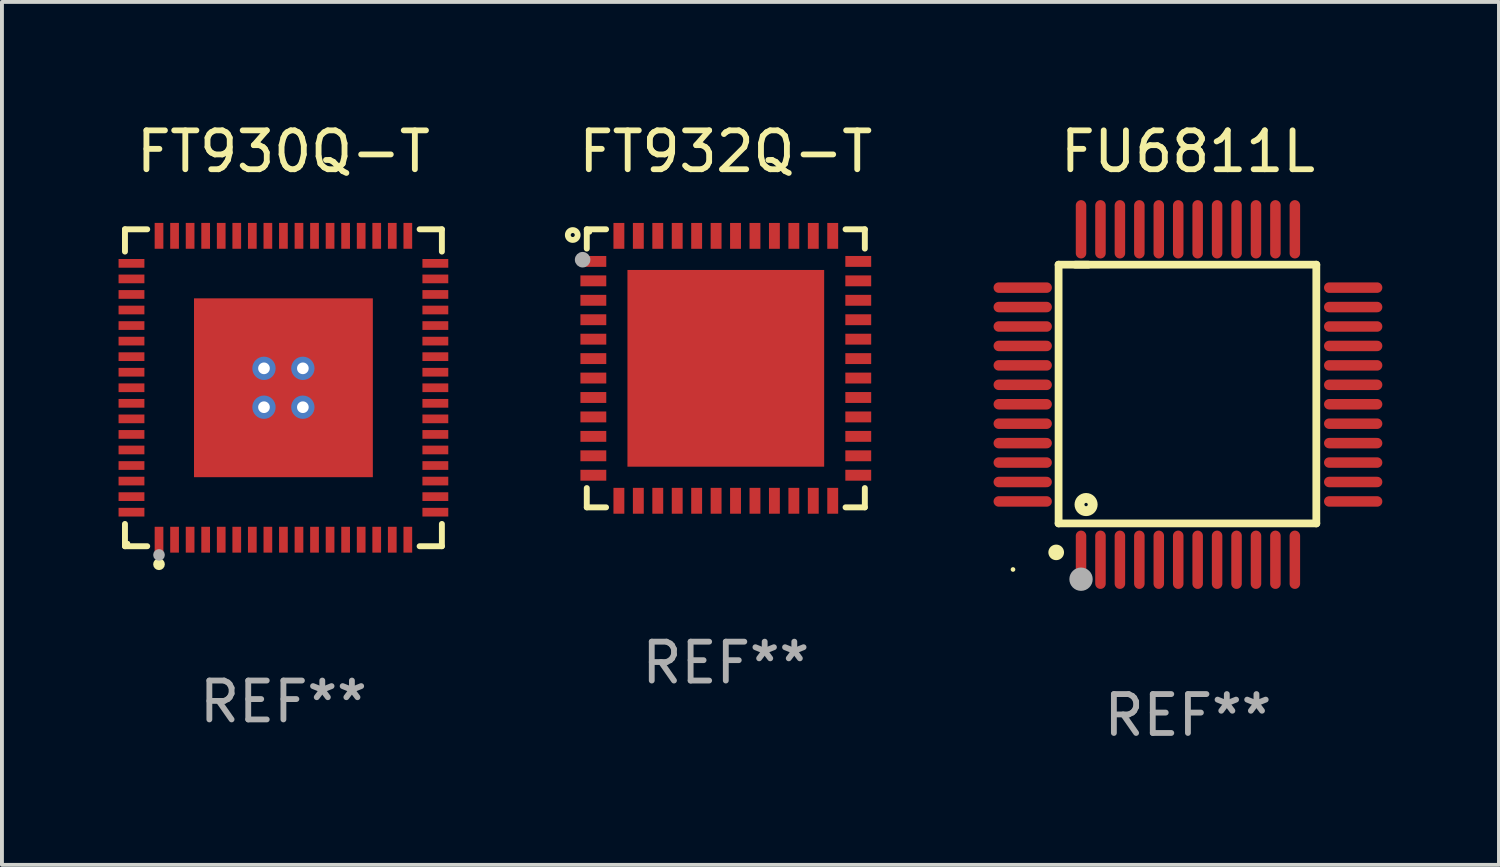
<source format=kicad_pcb>
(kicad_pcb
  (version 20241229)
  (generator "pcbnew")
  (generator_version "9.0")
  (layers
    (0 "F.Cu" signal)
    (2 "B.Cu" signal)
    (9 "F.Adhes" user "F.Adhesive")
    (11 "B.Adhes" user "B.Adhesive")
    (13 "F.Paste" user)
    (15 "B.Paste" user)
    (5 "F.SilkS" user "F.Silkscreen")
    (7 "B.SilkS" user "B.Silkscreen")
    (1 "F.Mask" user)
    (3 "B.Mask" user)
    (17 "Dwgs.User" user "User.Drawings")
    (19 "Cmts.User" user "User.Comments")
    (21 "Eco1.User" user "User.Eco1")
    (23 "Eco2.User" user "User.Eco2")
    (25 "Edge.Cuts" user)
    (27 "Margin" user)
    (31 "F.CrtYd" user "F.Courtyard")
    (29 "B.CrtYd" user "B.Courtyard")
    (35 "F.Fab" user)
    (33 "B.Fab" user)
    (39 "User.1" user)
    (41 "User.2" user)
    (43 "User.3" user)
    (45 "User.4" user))
  (footprint "FT930Q-T"
    (layer "F.Cu")
    (at 4.24 6.924)
    (property "Reference" "FT930Q-T" (at 0 -6.076 0) (layer "F.SilkS") (effects (font (size 1 1) (thickness 0.15))))
    (attr through_hole)
    (fp_line (start -4.076 -4.076) (end -3.503 -4.076) (stroke (width 0.152) (type solid)) (layer "F.SilkS"))
    (fp_line (start -4.076 -3.503) (end -4.076 -4.076) (stroke (width 0.152) (type solid)) (layer "F.SilkS"))
    (fp_line (start -4.076 3.503) (end -4.076 4.076) (stroke (width 0.152) (type solid)) (layer "F.SilkS"))
    (fp_line (start -4.076 4.076) (end -3.503 4.076) (stroke (width 0.152) (type solid)) (layer "F.SilkS"))
    (fp_line (start 4.076 -4.076) (end 3.503 -4.076) (stroke (width 0.152) (type solid)) (layer "F.SilkS"))
    (fp_line (start 4.076 -3.503) (end 4.076 -4.076) (stroke (width 0.152) (type solid)) (layer "F.SilkS"))
    (fp_line (start 4.076 3.503) (end 4.076 4.076) (stroke (width 0.152) (type solid)) (layer "F.SilkS"))
    (fp_line (start 4.076 4.076) (end 3.503 4.076) (stroke (width 0.152) (type solid)) (layer "F.SilkS"))
    (fp_circle (center -4 4) (end -3.97 4) (stroke (width 0.06) (type solid)) (fill no) (layer "F.SilkS"))
    (fp_circle (center -3.2 4.54) (end -3.125 4.54) (stroke (width 0.15) (type solid)) (fill no) (layer "F.SilkS"))
    (fp_circle (center -3.2 4.3) (end -3.125 4.3) (stroke (width 0.15) (type solid)) (fill no) (layer "F.Fab"))
    (fp_text user "REF**" (at 0 8.076 0) (layer "F.Fab") (effects (font (size 1 1) (thickness 0.15))))
    (pad "1" smd rect (at -3.2 3.908) (size 0.224 0.665) (layers "F.Cu" "F.Mask" "F.Paste"))
    (pad "2" smd rect (at -2.8 3.908) (size 0.224 0.665) (layers "F.Cu" "F.Mask" "F.Paste"))
    (pad "3" smd rect (at -2.4 3.908) (size 0.224 0.665) (layers "F.Cu" "F.Mask" "F.Paste"))
    (pad "4" smd rect (at -2 3.908) (size 0.224 0.665) (layers "F.Cu" "F.Mask" "F.Paste"))
    (pad "5" smd rect (at -1.6 3.908) (size 0.224 0.665) (layers "F.Cu" "F.Mask" "F.Paste"))
    (pad "6" smd rect (at -1.2 3.908) (size 0.224 0.665) (layers "F.Cu" "F.Mask" "F.Paste"))
    (pad "7" smd rect (at -0.8 3.908) (size 0.224 0.665) (layers "F.Cu" "F.Mask" "F.Paste"))
    (pad "8" smd rect (at -0.4 3.908) (size 0.224 0.665) (layers "F.Cu" "F.Mask" "F.Paste"))
    (pad "9" smd rect (at 0 3.908) (size 0.224 0.665) (layers "F.Cu" "F.Mask" "F.Paste"))
    (pad "10" smd rect (at 0.4 3.908) (size 0.224 0.665) (layers "F.Cu" "F.Mask" "F.Paste"))
    (pad "11" smd rect (at 0.8 3.908) (size 0.224 0.665) (layers "F.Cu" "F.Mask" "F.Paste"))
    (pad "12" smd rect (at 1.2 3.908) (size 0.224 0.665) (layers "F.Cu" "F.Mask" "F.Paste"))
    (pad "13" smd rect (at 1.6 3.908) (size 0.224 0.665) (layers "F.Cu" "F.Mask" "F.Paste"))
    (pad "14" smd rect (at 2 3.908) (size 0.224 0.665) (layers "F.Cu" "F.Mask" "F.Paste"))
    (pad "15" smd rect (at 2.4 3.908) (size 0.224 0.665) (layers "F.Cu" "F.Mask" "F.Paste"))
    (pad "16" smd rect (at 2.8 3.908) (size 0.224 0.665) (layers "F.Cu" "F.Mask" "F.Paste"))
    (pad "17" smd rect (at 3.2 3.908) (size 0.224 0.665) (layers "F.Cu" "F.Mask" "F.Paste"))
    (pad "18" smd rect (at 3.908 3.2) (size 0.665 0.224) (layers "F.Cu" "F.Mask" "F.Paste"))
    (pad "19" smd rect (at 3.908 2.8) (size 0.665 0.224) (layers "F.Cu" "F.Mask" "F.Paste"))
    (pad "20" smd rect (at 3.908 2.4) (size 0.665 0.224) (layers "F.Cu" "F.Mask" "F.Paste"))
    (pad "21" smd rect (at 3.908 2) (size 0.665 0.224) (layers "F.Cu" "F.Mask" "F.Paste"))
    (pad "22" smd rect (at 3.908 1.6) (size 0.665 0.224) (layers "F.Cu" "F.Mask" "F.Paste"))
    (pad "23" smd rect (at 3.908 1.2) (size 0.665 0.224) (layers "F.Cu" "F.Mask" "F.Paste"))
    (pad "24" smd rect (at 3.908 0.8) (size 0.665 0.224) (layers "F.Cu" "F.Mask" "F.Paste"))
    (pad "25" smd rect (at 3.908 0.4) (size 0.665 0.224) (layers "F.Cu" "F.Mask" "F.Paste"))
    (pad "26" smd rect (at 3.908 0) (size 0.665 0.224) (layers "F.Cu" "F.Mask" "F.Paste"))
    (pad "27" smd rect (at 3.908 -0.4) (size 0.665 0.224) (layers "F.Cu" "F.Mask" "F.Paste"))
    (pad "28" smd rect (at 3.908 -0.8) (size 0.665 0.224) (layers "F.Cu" "F.Mask" "F.Paste"))
    (pad "29" smd rect (at 3.908 -1.2) (size 0.665 0.224) (layers "F.Cu" "F.Mask" "F.Paste"))
    (pad "30" smd rect (at 3.908 -1.6) (size 0.665 0.224) (layers "F.Cu" "F.Mask" "F.Paste"))
    (pad "31" smd rect (at 3.908 -2) (size 0.665 0.224) (layers "F.Cu" "F.Mask" "F.Paste"))
    (pad "32" smd rect (at 3.908 -2.4) (size 0.665 0.224) (layers "F.Cu" "F.Mask" "F.Paste"))
    (pad "33" smd rect (at 3.908 -2.8) (size 0.665 0.224) (layers "F.Cu" "F.Mask" "F.Paste"))
    (pad "34" smd rect (at 3.908 -3.2) (size 0.665 0.224) (layers "F.Cu" "F.Mask" "F.Paste"))
    (pad "35" smd rect (at 3.2 -3.908) (size 0.224 0.665) (layers "F.Cu" "F.Mask" "F.Paste"))
    (pad "36" smd rect (at 2.8 -3.908) (size 0.224 0.665) (layers "F.Cu" "F.Mask" "F.Paste"))
    (pad "37" smd rect (at 2.4 -3.908) (size 0.224 0.665) (layers "F.Cu" "F.Mask" "F.Paste"))
    (pad "38" smd rect (at 2 -3.908) (size 0.224 0.665) (layers "F.Cu" "F.Mask" "F.Paste"))
    (pad "39" smd rect (at 1.6 -3.908) (size 0.224 0.665) (layers "F.Cu" "F.Mask" "F.Paste"))
    (pad "40" smd rect (at 1.2 -3.908) (size 0.224 0.665) (layers "F.Cu" "F.Mask" "F.Paste"))
    (pad "41" smd rect (at 0.8 -3.908) (size 0.224 0.665) (layers "F.Cu" "F.Mask" "F.Paste"))
    (pad "42" smd rect (at 0.4 -3.908) (size 0.224 0.665) (layers "F.Cu" "F.Mask" "F.Paste"))
    (pad "43" smd rect (at 0 -3.908) (size 0.224 0.665) (layers "F.Cu" "F.Mask" "F.Paste"))
    (pad "44" smd rect (at -0.4 -3.908) (size 0.224 0.665) (layers "F.Cu" "F.Mask" "F.Paste"))
    (pad "45" smd rect (at -0.8 -3.908) (size 0.224 0.665) (layers "F.Cu" "F.Mask" "F.Paste"))
    (pad "46" smd rect (at -1.2 -3.908) (size 0.224 0.665) (layers "F.Cu" "F.Mask" "F.Paste"))
    (pad "47" smd rect (at -1.6 -3.908) (size 0.224 0.665) (layers "F.Cu" "F.Mask" "F.Paste"))
    (pad "48" smd rect (at -2 -3.908) (size 0.224 0.665) (layers "F.Cu" "F.Mask" "F.Paste"))
    (pad "49" smd rect (at -2.4 -3.908) (size 0.224 0.665) (layers "F.Cu" "F.Mask" "F.Paste"))
    (pad "50" smd rect (at -2.8 -3.908) (size 0.224 0.665) (layers "F.Cu" "F.Mask" "F.Paste"))
    (pad "51" smd rect (at -3.2 -3.908) (size 0.224 0.665) (layers "F.Cu" "F.Mask" "F.Paste"))
    (pad "52" smd rect (at -3.908 -3.2) (size 0.665 0.224) (layers "F.Cu" "F.Mask" "F.Paste"))
    (pad "53" smd rect (at -3.908 -2.8) (size 0.665 0.224) (layers "F.Cu" "F.Mask" "F.Paste"))
    (pad "54" smd rect (at -3.908 -2.4) (size 0.665 0.224) (layers "F.Cu" "F.Mask" "F.Paste"))
    (pad "55" smd rect (at -3.908 -2) (size 0.665 0.224) (layers "F.Cu" "F.Mask" "F.Paste"))
    (pad "56" smd rect (at -3.908 -1.6) (size 0.665 0.224) (layers "F.Cu" "F.Mask" "F.Paste"))
    (pad "57" smd rect (at -3.908 -1.2) (size 0.665 0.224) (layers "F.Cu" "F.Mask" "F.Paste"))
    (pad "58" smd rect (at -3.908 -0.8) (size 0.665 0.224) (layers "F.Cu" "F.Mask" "F.Paste"))
    (pad "59" smd rect (at -3.908 -0.4) (size 0.665 0.224) (layers "F.Cu" "F.Mask" "F.Paste"))
    (pad "60" smd rect (at -3.908 0) (size 0.665 0.224) (layers "F.Cu" "F.Mask" "F.Paste"))
    (pad "61" smd rect (at -3.908 0.4) (size 0.665 0.224) (layers "F.Cu" "F.Mask" "F.Paste"))
    (pad "62" smd rect (at -3.908 0.8) (size 0.665 0.224) (layers "F.Cu" "F.Mask" "F.Paste"))
    (pad "63" smd rect (at -3.908 1.2) (size 0.665 0.224) (layers "F.Cu" "F.Mask" "F.Paste"))
    (pad "64" smd rect (at -3.908 1.6) (size 0.665 0.224) (layers "F.Cu" "F.Mask" "F.Paste"))
    (pad "65" smd rect (at -3.908 2) (size 0.665 0.224) (layers "F.Cu" "F.Mask" "F.Paste"))
    (pad "66" smd rect (at -3.908 2.4) (size 0.665 0.224) (layers "F.Cu" "F.Mask" "F.Paste"))
    (pad "67" smd rect (at -3.908 2.8) (size 0.665 0.224) (layers "F.Cu" "F.Mask" "F.Paste"))
    (pad "68" smd rect (at -3.908 3.2) (size 0.665 0.224) (layers "F.Cu" "F.Mask" "F.Paste"))
    (pad "69" thru_hole circle (at -0.5 -0.5) (size 0.6 0.6) (drill 0.3) (layers "*.Cu" "*.Mask"))
    (pad "69" thru_hole circle (at -0.5 0.5) (size 0.6 0.6) (drill 0.3) (layers "*.Cu" "*.Mask"))
    (pad "69" smd rect (at 0 0) (size 4.6 4.6) (layers "F.Cu" "F.Mask" "F.Paste"))
    (pad "69" thru_hole circle (at 0.5 -0.5) (size 0.6 0.6) (drill 0.3) (layers "*.Cu" "*.Mask"))
    (pad "69" thru_hole circle (at 0.5 0.5) (size 0.6 0.6) (drill 0.3) (layers "*.Cu" "*.Mask")))
  (footprint "FU6811L"
    (layer "F.Cu")
    (at 27.506 7.098)
    (property "Reference" "FU6811L" (at 0 -6.25 0) (layer "F.SilkS") (effects (font (size 1 1) (thickness 0.15))))
    (attr through_hole)
    (fp_line (start -3.327 -3.34) (end -2.565 -3.34) (stroke (width 0.2) (type solid)) (layer "F.SilkS"))
    (fp_line (start -3.327 3.315) (end -3.327 -3.34) (stroke (width 0.2) (type solid)) (layer "F.SilkS"))
    (fp_line (start -2.896 -3.34) (end 3.302 -3.34) (stroke (width 0.2) (type solid)) (layer "F.SilkS"))
    (fp_line (start 3.302 -3.34) (end 3.302 3.315) (stroke (width 0.2) (type solid)) (layer "F.SilkS"))
    (fp_line (start 3.302 3.315) (end -3.327 3.315) (stroke (width 0.2) (type solid)) (layer "F.SilkS"))
    (fp_arc (start -3.389992 4.059995) (mid -3.388722 4.059991) (end -3.387452 4.059995) (stroke (width 0.4) (type solid)) (layer "F.SilkS"))
    (fp_circle (center -4.5 4.5) (end -4.47 4.5) (stroke (width 0.06) (type solid)) (fill no) (layer "F.SilkS"))
    (fp_circle (center -2.62 2.83) (end -2.45 2.83) (stroke (width 0.254) (type solid)) (fill no) (layer "F.SilkS"))
    (fp_circle (center -2.75 4.75) (end -2.6 4.75) (stroke (width 0.3) (type solid)) (fill no) (layer "F.Fab"))
    (fp_text user "REF**" (at 0 8.25 0) (layer "F.Fab") (effects (font (size 1 1) (thickness 0.15))))
    (pad "1" smd oval (at -2.75 4.25) (size 0.27 1.5) (layers "F.Cu" "F.Mask" "F.Paste"))
    (pad "2" smd oval (at -2.25 4.25) (size 0.27 1.5) (layers "F.Cu" "F.Mask" "F.Paste"))
    (pad "3" smd oval (at -1.75 4.25) (size 0.27 1.5) (layers "F.Cu" "F.Mask" "F.Paste"))
    (pad "4" smd oval (at -1.25 4.25) (size 0.27 1.5) (layers "F.Cu" "F.Mask" "F.Paste"))
    (pad "5" smd oval (at -0.75 4.25) (size 0.27 1.5) (layers "F.Cu" "F.Mask" "F.Paste"))
    (pad "6" smd oval (at -0.25 4.25) (size 0.27 1.5) (layers "F.Cu" "F.Mask" "F.Paste"))
    (pad "7" smd oval (at 0.25 4.25) (size 0.27 1.5) (layers "F.Cu" "F.Mask" "F.Paste"))
    (pad "8" smd oval (at 0.75 4.25) (size 0.27 1.5) (layers "F.Cu" "F.Mask" "F.Paste"))
    (pad "9" smd oval (at 1.25 4.25) (size 0.27 1.5) (layers "F.Cu" "F.Mask" "F.Paste"))
    (pad "10" smd oval (at 1.75 4.25) (size 0.27 1.5) (layers "F.Cu" "F.Mask" "F.Paste"))
    (pad "11" smd oval (at 2.25 4.25) (size 0.27 1.5) (layers "F.Cu" "F.Mask" "F.Paste"))
    (pad "12" smd oval (at 2.75 4.25) (size 0.27 1.5) (layers "F.Cu" "F.Mask" "F.Paste"))
    (pad "13" smd oval (at 4.25 2.75) (size 1.5 0.27) (layers "F.Cu" "F.Mask" "F.Paste"))
    (pad "14" smd oval (at 4.25 2.25) (size 1.5 0.27) (layers "F.Cu" "F.Mask" "F.Paste"))
    (pad "15" smd oval (at 4.25 1.75) (size 1.5 0.27) (layers "F.Cu" "F.Mask" "F.Paste"))
    (pad "16" smd oval (at 4.25 1.25) (size 1.5 0.27) (layers "F.Cu" "F.Mask" "F.Paste"))
    (pad "17" smd oval (at 4.25 0.75) (size 1.5 0.27) (layers "F.Cu" "F.Mask" "F.Paste"))
    (pad "18" smd oval (at 4.25 0.25) (size 1.5 0.27) (layers "F.Cu" "F.Mask" "F.Paste"))
    (pad "19" smd oval (at 4.25 -0.25) (size 1.5 0.27) (layers "F.Cu" "F.Mask" "F.Paste"))
    (pad "20" smd oval (at 4.25 -0.75) (size 1.5 0.27) (layers "F.Cu" "F.Mask" "F.Paste"))
    (pad "21" smd oval (at 4.25 -1.25) (size 1.5 0.27) (layers "F.Cu" "F.Mask" "F.Paste"))
    (pad "22" smd oval (at 4.25 -1.75) (size 1.5 0.27) (layers "F.Cu" "F.Mask" "F.Paste"))
    (pad "23" smd oval (at 4.25 -2.25) (size 1.5 0.27) (layers "F.Cu" "F.Mask" "F.Paste"))
    (pad "24" smd oval (at 4.25 -2.75) (size 1.5 0.27) (layers "F.Cu" "F.Mask" "F.Paste"))
    (pad "25" smd oval (at 2.75 -4.25) (size 0.27 1.5) (layers "F.Cu" "F.Mask" "F.Paste"))
    (pad "26" smd oval (at 2.25 -4.25) (size 0.27 1.5) (layers "F.Cu" "F.Mask" "F.Paste"))
    (pad "27" smd oval (at 1.75 -4.25) (size 0.27 1.5) (layers "F.Cu" "F.Mask" "F.Paste"))
    (pad "28" smd oval (at 1.25 -4.25) (size 0.27 1.5) (layers "F.Cu" "F.Mask" "F.Paste"))
    (pad "29" smd oval (at 0.75 -4.25) (size 0.27 1.5) (layers "F.Cu" "F.Mask" "F.Paste"))
    (pad "30" smd oval (at 0.25 -4.25) (size 0.27 1.5) (layers "F.Cu" "F.Mask" "F.Paste"))
    (pad "31" smd oval (at -0.25 -4.25) (size 0.27 1.5) (layers "F.Cu" "F.Mask" "F.Paste"))
    (pad "32" smd oval (at -0.75 -4.25) (size 0.27 1.5) (layers "F.Cu" "F.Mask" "F.Paste"))
    (pad "33" smd oval (at -1.25 -4.25) (size 0.27 1.5) (layers "F.Cu" "F.Mask" "F.Paste"))
    (pad "34" smd oval (at -1.75 -4.25) (size 0.27 1.5) (layers "F.Cu" "F.Mask" "F.Paste"))
    (pad "35" smd oval (at -2.25 -4.25) (size 0.27 1.5) (layers "F.Cu" "F.Mask" "F.Paste"))
    (pad "36" smd oval (at -2.75 -4.25) (size 0.27 1.5) (layers "F.Cu" "F.Mask" "F.Paste"))
    (pad "37" smd oval (at -4.25 -2.75) (size 1.5 0.27) (layers "F.Cu" "F.Mask" "F.Paste"))
    (pad "38" smd oval (at -4.25 -2.25) (size 1.5 0.27) (layers "F.Cu" "F.Mask" "F.Paste"))
    (pad "39" smd oval (at -4.25 -1.75) (size 1.5 0.27) (layers "F.Cu" "F.Mask" "F.Paste"))
    (pad "40" smd oval (at -4.25 -1.25) (size 1.5 0.27) (layers "F.Cu" "F.Mask" "F.Paste"))
    (pad "41" smd oval (at -4.25 -0.75) (size 1.5 0.27) (layers "F.Cu" "F.Mask" "F.Paste"))
    (pad "42" smd oval (at -4.25 -0.25) (size 1.5 0.27) (layers "F.Cu" "F.Mask" "F.Paste"))
    (pad "43" smd oval (at -4.25 0.25) (size 1.5 0.27) (layers "F.Cu" "F.Mask" "F.Paste"))
    (pad "44" smd oval (at -4.25 0.75) (size 1.5 0.27) (layers "F.Cu" "F.Mask" "F.Paste"))
    (pad "45" smd oval (at -4.25 1.25) (size 1.5 0.27) (layers "F.Cu" "F.Mask" "F.Paste"))
    (pad "46" smd oval (at -4.25 1.75) (size 1.5 0.27) (layers "F.Cu" "F.Mask" "F.Paste"))
    (pad "47" smd oval (at -4.25 2.25) (size 1.5 0.27) (layers "F.Cu" "F.Mask" "F.Paste"))
    (pad "48" smd oval (at -4.25 2.75) (size 1.5 0.27) (layers "F.Cu" "F.Mask" "F.Paste")))
  (footprint "FT932Q-T"
    (layer "F.Cu")
    (at 15.619 6.424)
    (property "Reference" "FT932Q-T" (at 0 -5.576 0) (layer "F.SilkS") (effects (font (size 1 1) (thickness 0.15))))
    (attr through_hole)
    (fp_line (start -3.576 -3.576) (end -3.576 -3.08) (stroke (width 0.152) (type solid)) (layer "F.SilkS"))
    (fp_line (start -3.576 3.576) (end -3.576 3.08) (stroke (width 0.152) (type solid)) (layer "F.SilkS"))
    (fp_line (start -3.08 -3.576) (end -3.576 -3.576) (stroke (width 0.152) (type solid)) (layer "F.SilkS"))
    (fp_line (start -3.08 3.576) (end -3.576 3.576) (stroke (width 0.152) (type solid)) (layer "F.SilkS"))
    (fp_line (start 3.08 -3.576) (end 3.576 -3.576) (stroke (width 0.152) (type solid)) (layer "F.SilkS"))
    (fp_line (start 3.08 3.576) (end 3.576 3.576) (stroke (width 0.152) (type solid)) (layer "F.SilkS"))
    (fp_line (start 3.576 -3.576) (end 3.576 -3.08) (stroke (width 0.152) (type solid)) (layer "F.SilkS"))
    (fp_line (start 3.576 3.576) (end 3.576 3.08) (stroke (width 0.152) (type solid)) (layer "F.SilkS"))
    (fp_circle (center -3.937 -3.429) (end -3.81 -3.429) (stroke (width 0.15) (type solid)) (fill no) (layer "F.SilkS"))
    (fp_circle (center -3.5 -3.5) (end -3.47 -3.5) (stroke (width 0.06) (type solid)) (fill no) (layer "F.SilkS"))
    (fp_circle (center -3.683 -2.794) (end -3.583 -2.794) (stroke (width 0.2) (type solid)) (fill no) (layer "F.Fab"))
    (fp_text user "REF**" (at 0 7.576 0) (layer "F.Fab") (effects (font (size 1 1) (thickness 0.15))))
    (pad "1" smd rect (at -3.407 -2.75) (size 0.665 0.28) (layers "F.Cu" "F.Mask" "F.Paste"))
    (pad "2" smd rect (at -3.407 -2.25) (size 0.665 0.28) (layers "F.Cu" "F.Mask" "F.Paste"))
    (pad "3" smd rect (at -3.407 -1.75) (size 0.665 0.28) (layers "F.Cu" "F.Mask" "F.Paste"))
    (pad "4" smd rect (at -3.407 -1.25) (size 0.665 0.28) (layers "F.Cu" "F.Mask" "F.Paste"))
    (pad "5" smd rect (at -3.407 -0.75) (size 0.665 0.28) (layers "F.Cu" "F.Mask" "F.Paste"))
    (pad "6" smd rect (at -3.407 -0.25) (size 0.665 0.28) (layers "F.Cu" "F.Mask" "F.Paste"))
    (pad "7" smd rect (at -3.407 0.25) (size 0.665 0.28) (layers "F.Cu" "F.Mask" "F.Paste"))
    (pad "8" smd rect (at -3.407 0.75) (size 0.665 0.28) (layers "F.Cu" "F.Mask" "F.Paste"))
    (pad "9" smd rect (at -3.407 1.25) (size 0.665 0.28) (layers "F.Cu" "F.Mask" "F.Paste"))
    (pad "10" smd rect (at -3.407 1.75) (size 0.665 0.28) (layers "F.Cu" "F.Mask" "F.Paste"))
    (pad "11" smd rect (at -3.407 2.25) (size 0.665 0.28) (layers "F.Cu" "F.Mask" "F.Paste"))
    (pad "12" smd rect (at -3.407 2.75) (size 0.665 0.28) (layers "F.Cu" "F.Mask" "F.Paste"))
    (pad "13" smd rect (at -2.75 3.407) (size 0.28 0.665) (layers "F.Cu" "F.Mask" "F.Paste"))
    (pad "14" smd rect (at -2.25 3.407) (size 0.28 0.665) (layers "F.Cu" "F.Mask" "F.Paste"))
    (pad "15" smd rect (at -1.75 3.407) (size 0.28 0.665) (layers "F.Cu" "F.Mask" "F.Paste"))
    (pad "16" smd rect (at -1.25 3.407) (size 0.28 0.665) (layers "F.Cu" "F.Mask" "F.Paste"))
    (pad "17" smd rect (at -0.75 3.407) (size 0.28 0.665) (layers "F.Cu" "F.Mask" "F.Paste"))
    (pad "18" smd rect (at -0.25 3.407) (size 0.28 0.665) (layers "F.Cu" "F.Mask" "F.Paste"))
    (pad "19" smd rect (at 0.25 3.407) (size 0.28 0.665) (layers "F.Cu" "F.Mask" "F.Paste"))
    (pad "20" smd rect (at 0.75 3.407) (size 0.28 0.665) (layers "F.Cu" "F.Mask" "F.Paste"))
    (pad "21" smd rect (at 1.25 3.407) (size 0.28 0.665) (layers "F.Cu" "F.Mask" "F.Paste"))
    (pad "22" smd rect (at 1.75 3.407) (size 0.28 0.665) (layers "F.Cu" "F.Mask" "F.Paste"))
    (pad "23" smd rect (at 2.25 3.407) (size 0.28 0.665) (layers "F.Cu" "F.Mask" "F.Paste"))
    (pad "24" smd rect (at 2.75 3.407) (size 0.28 0.665) (layers "F.Cu" "F.Mask" "F.Paste"))
    (pad "25" smd rect (at 3.407 2.75) (size 0.665 0.28) (layers "F.Cu" "F.Mask" "F.Paste"))
    (pad "26" smd rect (at 3.407 2.25) (size 0.665 0.28) (layers "F.Cu" "F.Mask" "F.Paste"))
    (pad "27" smd rect (at 3.407 1.75) (size 0.665 0.28) (layers "F.Cu" "F.Mask" "F.Paste"))
    (pad "28" smd rect (at 3.407 1.25) (size 0.665 0.28) (layers "F.Cu" "F.Mask" "F.Paste"))
    (pad "29" smd rect (at 3.407 0.75) (size 0.665 0.28) (layers "F.Cu" "F.Mask" "F.Paste"))
    (pad "30" smd rect (at 3.407 0.25) (size 0.665 0.28) (layers "F.Cu" "F.Mask" "F.Paste"))
    (pad "31" smd rect (at 3.407 -0.25) (size 0.665 0.28) (layers "F.Cu" "F.Mask" "F.Paste"))
    (pad "32" smd rect (at 3.407 -0.75) (size 0.665 0.28) (layers "F.Cu" "F.Mask" "F.Paste"))
    (pad "33" smd rect (at 3.407 -1.25) (size 0.665 0.28) (layers "F.Cu" "F.Mask" "F.Paste"))
    (pad "34" smd rect (at 3.407 -1.75) (size 0.665 0.28) (layers "F.Cu" "F.Mask" "F.Paste"))
    (pad "35" smd rect (at 3.407 -2.25) (size 0.665 0.28) (layers "F.Cu" "F.Mask" "F.Paste"))
    (pad "36" smd rect (at 3.407 -2.75) (size 0.665 0.28) (layers "F.Cu" "F.Mask" "F.Paste"))
    (pad "37" smd rect (at 2.75 -3.407) (size 0.28 0.665) (layers "F.Cu" "F.Mask" "F.Paste"))
    (pad "38" smd rect (at 2.25 -3.407) (size 0.28 0.665) (layers "F.Cu" "F.Mask" "F.Paste"))
    (pad "39" smd rect (at 1.75 -3.407) (size 0.28 0.665) (layers "F.Cu" "F.Mask" "F.Paste"))
    (pad "40" smd rect (at 1.25 -3.407) (size 0.28 0.665) (layers "F.Cu" "F.Mask" "F.Paste"))
    (pad "41" smd rect (at 0.75 -3.407) (size 0.28 0.665) (layers "F.Cu" "F.Mask" "F.Paste"))
    (pad "42" smd rect (at 0.25 -3.407) (size 0.28 0.665) (layers "F.Cu" "F.Mask" "F.Paste"))
    (pad "43" smd rect (at -0.25 -3.407) (size 0.28 0.665) (layers "F.Cu" "F.Mask" "F.Paste"))
    (pad "44" smd rect (at -0.75 -3.407) (size 0.28 0.665) (layers "F.Cu" "F.Mask" "F.Paste"))
    (pad "45" smd rect (at -1.25 -3.407) (size 0.28 0.665) (layers "F.Cu" "F.Mask" "F.Paste"))
    (pad "46" smd rect (at -1.75 -3.407) (size 0.28 0.665) (layers "F.Cu" "F.Mask" "F.Paste"))
    (pad "47" smd rect (at -2.25 -3.407) (size 0.28 0.665) (layers "F.Cu" "F.Mask" "F.Paste"))
    (pad "48" smd rect (at -2.75 -3.407) (size 0.28 0.665) (layers "F.Cu" "F.Mask" "F.Paste"))
    (pad "49" smd rect (at 0 0) (size 5.06 5.06) (layers "F.Cu" "F.Mask" "F.Paste")))
  (gr_rect
    (start -3 -3)
    (end 35.506 19.196)
    (stroke (width 0.1) (type default))
    (fill no)
    (layer "Edge.Cuts")))
</source>
